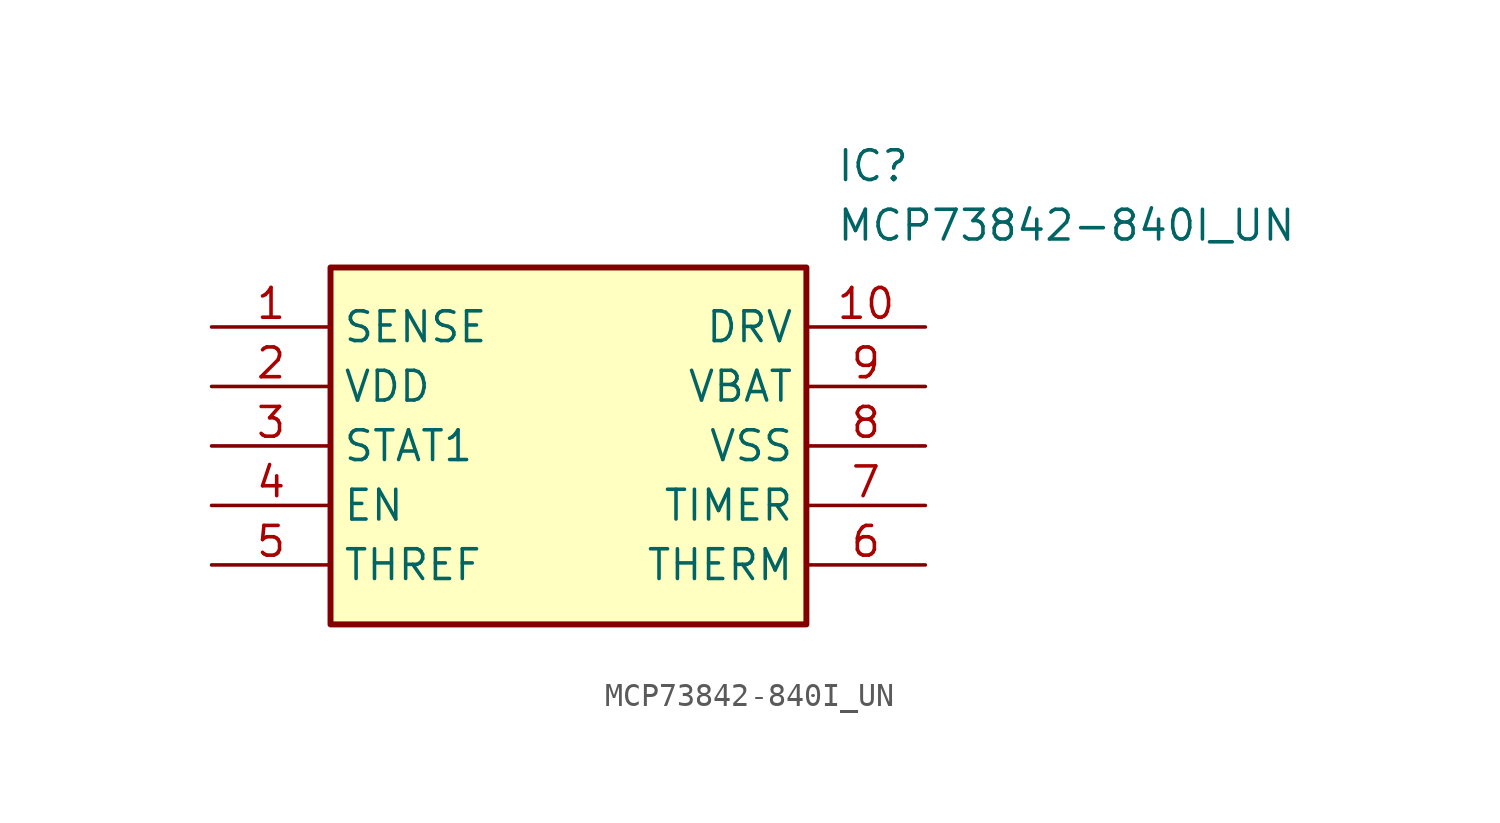
<source format=kicad_sym>
(kicad_symbol_lib
  (version 20211014)
  (generator SamacSys_ECAD_Model)
  (symbol "MCP73842-840I_UN"
    (property "Reference" "IC"
      (at 26.67 7.62 0)
      (effects (font (size 1.27 1.27)) (justify left top)))
    (property "Value" "MCP73842-840I_UN"
      (at 26.67 5.08 0)
      (effects (font (size 1.27 1.27)) (justify left top)))
    (rectangle
      (start 5.08 2.54)
      (end 25.4 -12.7)
      (stroke (width 0.254) (type default))
      (fill (type background)))
    (pin passive line
      (at 0 0 0)
      (length 5.08)
      (name "SENSE" (effects (font (size 1.27 1.27))))
      (number "1" (effects (font (size 1.27 1.27)))))
    (pin passive line
      (at 0 -2.54 0)
      (length 5.08)
      (name "VDD" (effects (font (size 1.27 1.27))))
      (number "2" (effects (font (size 1.27 1.27)))))
    (pin passive line
      (at 0 -5.08 0)
      (length 5.08)
      (name "STAT1" (effects (font (size 1.27 1.27))))
      (number "3" (effects (font (size 1.27 1.27)))))
    (pin passive line
      (at 0 -7.62 0)
      (length 5.08)
      (name "EN" (effects (font (size 1.27 1.27))))
      (number "4" (effects (font (size 1.27 1.27)))))
    (pin passive line
      (at 0 -10.16 0)
      (length 5.08)
      (name "THREF" (effects (font (size 1.27 1.27))))
      (number "5" (effects (font (size 1.27 1.27)))))
    (pin passive line
      (at 30.48 0 180)
      (length 5.08)
      (name "DRV" (effects (font (size 1.27 1.27))))
      (number "10" (effects (font (size 1.27 1.27)))))
    (pin passive line
      (at 30.48 -2.54 180)
      (length 5.08)
      (name "VBAT" (effects (font (size 1.27 1.27))))
      (number "9" (effects (font (size 1.27 1.27)))))
    (pin passive line
      (at 30.48 -5.08 180)
      (length 5.08)
      (name "VSS" (effects (font (size 1.27 1.27))))
      (number "8" (effects (font (size 1.27 1.27)))))
    (pin passive line
      (at 30.48 -7.62 180)
      (length 5.08)
      (name "TIMER" (effects (font (size 1.27 1.27))))
      (number "7" (effects (font (size 1.27 1.27)))))
    (pin passive line
      (at 30.48 -10.16 180)
      (length 5.08)
      (name "THERM" (effects (font (size 1.27 1.27))))
      (number "6" (effects (font (size 1.27 1.27)))))))
</source>
